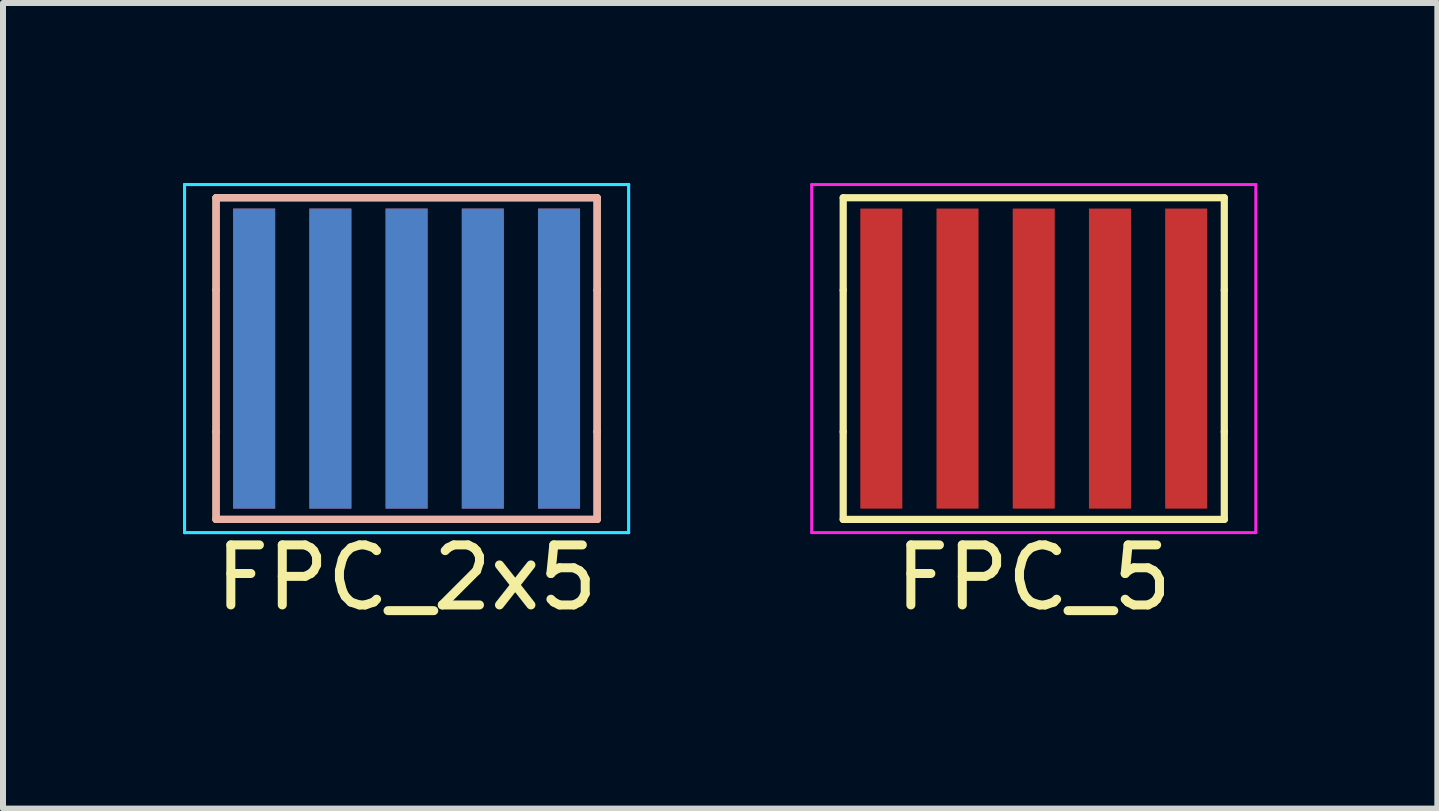
<source format=kicad_pcb>
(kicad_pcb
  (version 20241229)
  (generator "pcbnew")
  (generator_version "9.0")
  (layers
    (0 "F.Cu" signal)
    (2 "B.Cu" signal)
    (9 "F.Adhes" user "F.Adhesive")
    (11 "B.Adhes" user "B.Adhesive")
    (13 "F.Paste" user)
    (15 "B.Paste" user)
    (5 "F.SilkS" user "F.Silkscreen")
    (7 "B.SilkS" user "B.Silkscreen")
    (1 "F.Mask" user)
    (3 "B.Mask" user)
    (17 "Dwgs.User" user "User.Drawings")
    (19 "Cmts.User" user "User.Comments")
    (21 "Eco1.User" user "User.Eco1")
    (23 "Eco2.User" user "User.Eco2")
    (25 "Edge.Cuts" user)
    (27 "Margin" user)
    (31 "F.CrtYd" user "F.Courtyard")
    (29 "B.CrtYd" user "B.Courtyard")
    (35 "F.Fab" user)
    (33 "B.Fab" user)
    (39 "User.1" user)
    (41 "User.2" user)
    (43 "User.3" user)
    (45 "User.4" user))
  (footprint "FPC_2x5"
    (layer "F.Cu")
    (at 3.725 2.925)
    (property "Reference" "FPC_2x5" (at 0 3.65 0) (layer "F.SilkS") (effects (font (size 1 1) (thickness 0.15))))
    (attr smd)
    (fp_line (start -3.175 -2.68) (end 3.175 -2.68) (stroke (width 0.12) (type default)) (layer "F.SilkS"))
    (fp_line (start -3.175 -1.14) (end -3.175 -2.68) (stroke (width 0.12) (type default)) (layer "F.SilkS"))
    (fp_line (start -3.175 1.22) (end -3.175 -1.14) (stroke (width 0.12) (type default)) (layer "F.SilkS"))
    (fp_line (start -3.175 2.68) (end -3.175 1.22) (stroke (width 0.12) (type default)) (layer "F.SilkS"))
    (fp_line (start -3.175 2.68) (end 3.175 2.68) (stroke (width 0.12) (type default)) (layer "F.SilkS"))
    (fp_line (start 3.175 -1.14) (end 3.175 -2.68) (stroke (width 0.12) (type default)) (layer "F.SilkS"))
    (fp_line (start 3.175 1.22) (end 3.175 -1.14) (stroke (width 0.12) (type default)) (layer "F.SilkS"))
    (fp_line (start 3.175 2.68) (end 3.175 1.22) (stroke (width 0.12) (type default)) (layer "F.SilkS"))
    (fp_line (start -3.175 -1.14) (end -3.175 -2.68) (stroke (width 0.12) (type default)) (layer "B.SilkS"))
    (fp_line (start -3.175 1.22) (end -3.175 -1.14) (stroke (width 0.12) (type default)) (layer "B.SilkS"))
    (fp_line (start -3.175 2.68) (end -3.175 1.22) (stroke (width 0.12) (type default)) (layer "B.SilkS"))
    (fp_line (start 3.175 -2.68) (end -3.175 -2.68) (stroke (width 0.12) (type default)) (layer "B.SilkS"))
    (fp_line (start 3.175 -1.14) (end 3.175 -2.68) (stroke (width 0.12) (type default)) (layer "B.SilkS"))
    (fp_line (start 3.175 1.22) (end 3.175 -1.14) (stroke (width 0.12) (type default)) (layer "B.SilkS"))
    (fp_line (start 3.175 2.68) (end -3.175 2.68) (stroke (width 0.12) (type default)) (layer "B.SilkS"))
    (fp_line (start 3.175 2.68) (end 3.175 1.22) (stroke (width 0.12) (type default)) (layer "B.SilkS"))
    (fp_line (start -3.7 -2.9) (end -3.7 2.9) (stroke (width 0.05) (type default)) (layer "B.CrtYd"))
    (fp_line (start 3.7 -2.9) (end -3.7 -2.9) (stroke (width 0.05) (type default)) (layer "B.CrtYd"))
    (fp_line (start 3.7 -2.9) (end 3.7 2.9) (stroke (width 0.05) (type default)) (layer "B.CrtYd"))
    (fp_line (start 3.7 2.9) (end -3.7 2.9) (stroke (width 0.05) (type default)) (layer "B.CrtYd"))
    (fp_line (start -3.7 -2.9) (end -3.7 2.9) (stroke (width 0.05) (type default)) (layer "F.CrtYd"))
    (fp_line (start -3.7 -2.9) (end 3.7 -2.9) (stroke (width 0.05) (type default)) (layer "F.CrtYd"))
    (fp_line (start -3.7 2.9) (end 3.7 2.9) (stroke (width 0.05) (type default)) (layer "F.CrtYd"))
    (fp_line (start 3.7 -2.9) (end 3.7 2.9) (stroke (width 0.05) (type default)) (layer "F.CrtYd"))
    (pad "1" smd rect (at -2.54 0) (size 0.7 5) (layers "B.Cu" "B.Mask" "B.Paste"))
    (pad "2" smd rect (at -2.54 0) (size 0.7 5) (layers "F.Cu" "F.Mask" "F.Paste"))
    (pad "3" smd rect (at -1.27 0) (size 0.7 5) (layers "B.Cu" "B.Mask" "B.Paste"))
    (pad "4" smd rect (at -1.27 0) (size 0.7 5) (layers "F.Cu" "F.Mask" "F.Paste"))
    (pad "5" smd rect (at 0 0) (size 0.7 5) (layers "B.Cu" "B.Mask" "B.Paste"))
    (pad "6" smd rect (at 0 0) (size 0.7 5) (layers "F.Cu" "F.Mask" "F.Paste"))
    (pad "7" smd rect (at 1.27 0) (size 0.7 5) (layers "B.Cu" "B.Mask" "B.Paste"))
    (pad "8" smd rect (at 1.27 0) (size 0.7 5) (layers "F.Cu" "F.Mask" "F.Paste"))
    (pad "9" smd rect (at 2.54 0) (size 0.7 5) (layers "B.Cu" "B.Mask" "B.Paste"))
    (pad "10" smd rect (at 2.54 0) (size 0.7 5) (layers "F.Cu" "F.Mask" "F.Paste")))
  (footprint "FPC_5"
    (layer "F.Cu")
    (at 14.175 2.925)
    (property "Reference" "FPC_5" (at 0 3.65 0) (layer "F.SilkS") (effects (font (size 1 1) (thickness 0.15))))
    (attr smd)
    (fp_line (start -3.175 -2.68) (end 3.175 -2.68) (stroke (width 0.12) (type default)) (layer "F.SilkS"))
    (fp_line (start -3.175 -1.14) (end -3.175 -2.68) (stroke (width 0.12) (type default)) (layer "F.SilkS"))
    (fp_line (start -3.175 1.22) (end -3.175 -1.14) (stroke (width 0.12) (type default)) (layer "F.SilkS"))
    (fp_line (start -3.175 2.68) (end -3.175 1.22) (stroke (width 0.12) (type default)) (layer "F.SilkS"))
    (fp_line (start -3.175 2.68) (end 3.175 2.68) (stroke (width 0.12) (type default)) (layer "F.SilkS"))
    (fp_line (start 3.175 -1.14) (end 3.175 -2.68) (stroke (width 0.12) (type default)) (layer "F.SilkS"))
    (fp_line (start 3.175 1.22) (end 3.175 -1.14) (stroke (width 0.12) (type default)) (layer "F.SilkS"))
    (fp_line (start 3.175 2.68) (end 3.175 1.22) (stroke (width 0.12) (type default)) (layer "F.SilkS"))
    (fp_line (start -3.7 -2.9) (end -3.7 2.9) (stroke (width 0.05) (type default)) (layer "F.CrtYd"))
    (fp_line (start -3.7 -2.9) (end 3.7 -2.9) (stroke (width 0.05) (type default)) (layer "F.CrtYd"))
    (fp_line (start -3.7 2.9) (end 3.7 2.9) (stroke (width 0.05) (type default)) (layer "F.CrtYd"))
    (fp_line (start 3.7 -2.9) (end 3.7 2.9) (stroke (width 0.05) (type default)) (layer "F.CrtYd"))
    (pad "1" smd rect (at -2.54 0) (size 0.7 5) (layers "F.Cu" "F.Mask" "F.Paste"))
    (pad "2" smd rect (at -1.27 0) (size 0.7 5) (layers "F.Cu" "F.Mask" "F.Paste"))
    (pad "3" smd rect (at 0 0) (size 0.7 5) (layers "F.Cu" "F.Mask" "F.Paste"))
    (pad "4" smd rect (at 1.27 0) (size 0.7 5) (layers "F.Cu" "F.Mask" "F.Paste"))
    (pad "5" smd rect (at 2.54 0) (size 0.7 5) (layers "F.Cu" "F.Mask" "F.Paste")))
  (gr_rect
    (start -3 -3)
    (end 20.9 10.423)
    (stroke (width 0.1) (type default))
    (fill no)
    (layer "Edge.Cuts")))
</source>
